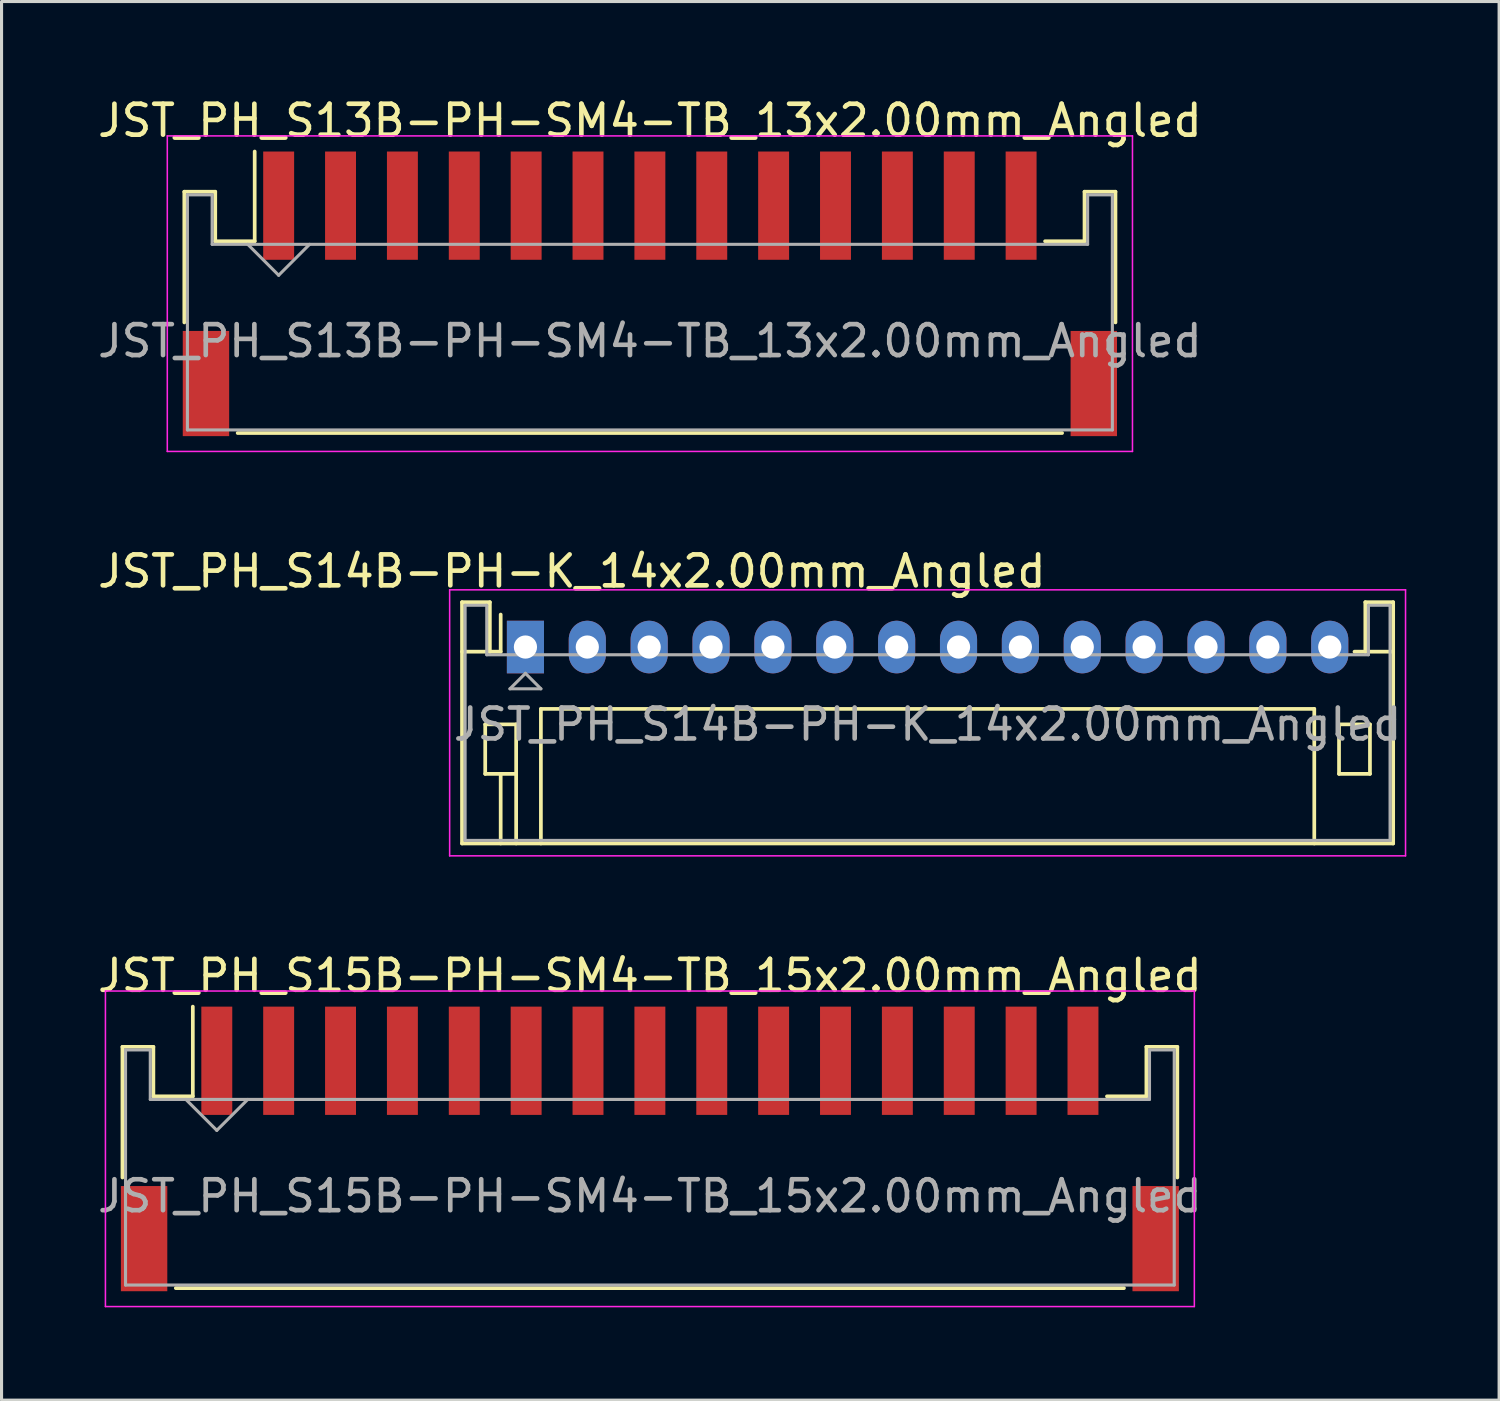
<source format=kicad_pcb>
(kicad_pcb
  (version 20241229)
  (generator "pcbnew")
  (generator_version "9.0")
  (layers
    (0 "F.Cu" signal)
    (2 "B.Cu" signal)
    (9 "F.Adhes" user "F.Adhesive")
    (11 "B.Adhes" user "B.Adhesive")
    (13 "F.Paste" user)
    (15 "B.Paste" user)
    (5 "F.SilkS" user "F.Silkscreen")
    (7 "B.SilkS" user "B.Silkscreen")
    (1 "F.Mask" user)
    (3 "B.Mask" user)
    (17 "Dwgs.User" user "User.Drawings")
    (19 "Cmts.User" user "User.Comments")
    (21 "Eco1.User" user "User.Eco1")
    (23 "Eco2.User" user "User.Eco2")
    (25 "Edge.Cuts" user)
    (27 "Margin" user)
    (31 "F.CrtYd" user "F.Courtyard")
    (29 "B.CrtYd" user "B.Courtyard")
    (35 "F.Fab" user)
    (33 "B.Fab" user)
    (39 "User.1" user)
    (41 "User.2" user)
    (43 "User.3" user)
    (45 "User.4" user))
  (footprint "JST_PH_S13B-PH-SM4-TB_13x2.00mm_Angled"
    (layer "F.Cu")
    (at 17.958 6.473)
    (property "Reference" "JST_PH_S13B-PH-SM4-TB_13x2.00mm_Angled" (at 0 -5.625 0) (layer "F.SilkS") (effects (font (size 1 1) (thickness 0.15))))
    (attr smd)
    (fp_line (start -15.05 -3.325) (end -15.05 0.9) (stroke (width 0.12) (type solid)) (layer "F.SilkS"))
    (fp_line (start -14.05 -3.325) (end -15.05 -3.325) (stroke (width 0.12) (type solid)) (layer "F.SilkS"))
    (fp_line (start -14.05 -1.725) (end -14.05 -3.325) (stroke (width 0.12) (type solid)) (layer "F.SilkS"))
    (fp_line (start -13.325 4.475) (end 13.325 4.475) (stroke (width 0.12) (type solid)) (layer "F.SilkS"))
    (fp_line (start -12.775 -1.725) (end -14.05 -1.725) (stroke (width 0.12) (type solid)) (layer "F.SilkS"))
    (fp_line (start -12.775 -1.725) (end -12.775 -4.625) (stroke (width 0.12) (type solid)) (layer "F.SilkS"))
    (fp_line (start 14.05 -3.325) (end 14.05 -1.725) (stroke (width 0.12) (type solid)) (layer "F.SilkS"))
    (fp_line (start 14.05 -1.725) (end 12.775 -1.725) (stroke (width 0.12) (type solid)) (layer "F.SilkS"))
    (fp_line (start 15.05 -3.325) (end 14.05 -3.325) (stroke (width 0.12) (type solid)) (layer "F.SilkS"))
    (fp_line (start 15.05 0.9) (end 15.05 -3.325) (stroke (width 0.12) (type solid)) (layer "F.SilkS"))
    (fp_line (start -15.6 -5.13) (end -15.6 5.07) (stroke (width 0.05) (type solid)) (layer "F.CrtYd"))
    (fp_line (start -15.6 5.07) (end 15.6 5.07) (stroke (width 0.05) (type solid)) (layer "F.CrtYd"))
    (fp_line (start 15.6 -5.13) (end -15.6 -5.13) (stroke (width 0.05) (type solid)) (layer "F.CrtYd"))
    (fp_line (start 15.6 5.07) (end 15.6 -5.13) (stroke (width 0.05) (type solid)) (layer "F.CrtYd"))
    (fp_line (start -14.95 -3.225) (end -14.95 4.375) (stroke (width 0.1) (type solid)) (layer "F.Fab"))
    (fp_line (start -14.95 4.375) (end 14.95 4.375) (stroke (width 0.1) (type solid)) (layer "F.Fab"))
    (fp_line (start -14.15 -3.225) (end -14.95 -3.225) (stroke (width 0.1) (type solid)) (layer "F.Fab"))
    (fp_line (start -14.15 -1.625) (end -14.15 -3.225) (stroke (width 0.1) (type solid)) (layer "F.Fab"))
    (fp_line (start -13 -1.625) (end -12 -0.625) (stroke (width 0.1) (type solid)) (layer "F.Fab"))
    (fp_line (start -12 -0.625) (end -11 -1.625) (stroke (width 0.1) (type solid)) (layer "F.Fab"))
    (fp_line (start 14.15 -3.225) (end 14.15 -1.625) (stroke (width 0.1) (type solid)) (layer "F.Fab"))
    (fp_line (start 14.15 -1.625) (end -14.15 -1.625) (stroke (width 0.1) (type solid)) (layer "F.Fab"))
    (fp_line (start 14.95 -3.225) (end 14.15 -3.225) (stroke (width 0.1) (type solid)) (layer "F.Fab"))
    (fp_line (start 14.95 4.375) (end 14.95 -3.225) (stroke (width 0.1) (type solid)) (layer "F.Fab"))
    (fp_text user "${REFERENCE}" (at 0 1.5 0) (layer "F.Fab") (effects (font (size 1 1) (thickness 0.15))))
    (pad "" smd rect (at -14.35 2.875) (size 1.5 3.4) (layers "F.Cu" "F.Mask" "F.Paste"))
    (pad "" smd rect (at 14.35 2.875) (size 1.5 3.4) (layers "F.Cu" "F.Mask" "F.Paste"))
    (pad "1" smd rect (at -12 -2.875) (size 1 3.5) (layers "F.Cu" "F.Mask" "F.Paste"))
    (pad "2" smd rect (at -10 -2.875) (size 1 3.5) (layers "F.Cu" "F.Mask" "F.Paste"))
    (pad "3" smd rect (at -8 -2.875) (size 1 3.5) (layers "F.Cu" "F.Mask" "F.Paste"))
    (pad "4" smd rect (at -6 -2.875) (size 1 3.5) (layers "F.Cu" "F.Mask" "F.Paste"))
    (pad "5" smd rect (at -4 -2.875) (size 1 3.5) (layers "F.Cu" "F.Mask" "F.Paste"))
    (pad "6" smd rect (at -2 -2.875) (size 1 3.5) (layers "F.Cu" "F.Mask" "F.Paste"))
    (pad "7" smd rect (at 0 -2.875) (size 1 3.5) (layers "F.Cu" "F.Mask" "F.Paste"))
    (pad "8" smd rect (at 2 -2.875) (size 1 3.5) (layers "F.Cu" "F.Mask" "F.Paste"))
    (pad "9" smd rect (at 4 -2.875) (size 1 3.5) (layers "F.Cu" "F.Mask" "F.Paste"))
    (pad "10" smd rect (at 6 -2.875) (size 1 3.5) (layers "F.Cu" "F.Mask" "F.Paste"))
    (pad "11" smd rect (at 8 -2.875) (size 1 3.5) (layers "F.Cu" "F.Mask" "F.Paste"))
    (pad "12" smd rect (at 10 -2.875) (size 1 3.5) (layers "F.Cu" "F.Mask" "F.Paste"))
    (pad "13" smd rect (at 12 -2.875) (size 1 3.5) (layers "F.Cu" "F.Mask" "F.Paste")))
  (footprint "JST_PH_S14B-PH-K_14x2.00mm_Angled"
    (layer "F.Cu")
    (at 13.935 17.866)
    (property "Reference" "JST_PH_S14B-PH-K_14x2.00mm_Angled" (at 1.5 -2.45 0) (layer "F.SilkS") (effects (font (size 1 1) (thickness 0.15))))
    (attr through_hole)
    (fp_line (start -2.05 -1.45) (end -2.05 6.35) (stroke (width 0.12) (type solid)) (layer "F.SilkS"))
    (fp_line (start -2.05 0.15) (end -1.15 0.15) (stroke (width 0.12) (type solid)) (layer "F.SilkS"))
    (fp_line (start -2.05 6.35) (end 28.05 6.35) (stroke (width 0.12) (type solid)) (layer "F.SilkS"))
    (fp_line (start -1.3 2.5) (end -1.3 4.1) (stroke (width 0.12) (type solid)) (layer "F.SilkS"))
    (fp_line (start -1.3 4.1) (end -0.3 4.1) (stroke (width 0.12) (type solid)) (layer "F.SilkS"))
    (fp_line (start -1.15 -1.45) (end -2.05 -1.45) (stroke (width 0.12) (type solid)) (layer "F.SilkS"))
    (fp_line (start -1.15 0.15) (end -1.15 -1.45) (stroke (width 0.12) (type solid)) (layer "F.SilkS"))
    (fp_line (start -0.8 0.15) (end -1.15 0.15) (stroke (width 0.12) (type solid)) (layer "F.SilkS"))
    (fp_line (start -0.8 0.15) (end -0.8 -1.05) (stroke (width 0.12) (type solid)) (layer "F.SilkS"))
    (fp_line (start -0.8 4.1) (end -0.8 6.35) (stroke (width 0.12) (type solid)) (layer "F.SilkS"))
    (fp_line (start -0.3 2.5) (end -1.3 2.5) (stroke (width 0.12) (type solid)) (layer "F.SilkS"))
    (fp_line (start -0.3 4.1) (end -0.3 2.5) (stroke (width 0.12) (type solid)) (layer "F.SilkS"))
    (fp_line (start -0.3 4.1) (end -0.3 6.35) (stroke (width 0.12) (type solid)) (layer "F.SilkS"))
    (fp_line (start 0.5 2) (end 25.5 2) (stroke (width 0.12) (type solid)) (layer "F.SilkS"))
    (fp_line (start 0.5 6.35) (end 0.5 2) (stroke (width 0.12) (type solid)) (layer "F.SilkS"))
    (fp_line (start 25.5 2) (end 25.5 6.35) (stroke (width 0.12) (type solid)) (layer "F.SilkS"))
    (fp_line (start 26.3 2.5) (end 27.3 2.5) (stroke (width 0.12) (type solid)) (layer "F.SilkS"))
    (fp_line (start 26.3 4.1) (end 26.3 2.5) (stroke (width 0.12) (type solid)) (layer "F.SilkS"))
    (fp_line (start 27.15 -1.45) (end 27.15 0.15) (stroke (width 0.12) (type solid)) (layer "F.SilkS"))
    (fp_line (start 27.15 0.15) (end 26.8 0.15) (stroke (width 0.12) (type solid)) (layer "F.SilkS"))
    (fp_line (start 27.3 2.5) (end 27.3 4.1) (stroke (width 0.12) (type solid)) (layer "F.SilkS"))
    (fp_line (start 27.3 4.1) (end 26.3 4.1) (stroke (width 0.12) (type solid)) (layer "F.SilkS"))
    (fp_line (start 28.05 -1.45) (end 27.15 -1.45) (stroke (width 0.12) (type solid)) (layer "F.SilkS"))
    (fp_line (start 28.05 0.15) (end 27.15 0.15) (stroke (width 0.12) (type solid)) (layer "F.SilkS"))
    (fp_line (start 28.05 6.35) (end 28.05 -1.45) (stroke (width 0.12) (type solid)) (layer "F.SilkS"))
    (fp_line (start -2.45 -1.85) (end -2.45 6.75) (stroke (width 0.05) (type solid)) (layer "F.CrtYd"))
    (fp_line (start -2.45 6.75) (end 28.45 6.75) (stroke (width 0.05) (type solid)) (layer "F.CrtYd"))
    (fp_line (start 28.45 -1.85) (end -2.45 -1.85) (stroke (width 0.05) (type solid)) (layer "F.CrtYd"))
    (fp_line (start 28.45 6.75) (end 28.45 -1.85) (stroke (width 0.05) (type solid)) (layer "F.CrtYd"))
    (fp_line (start -1.95 -1.35) (end -1.95 6.25) (stroke (width 0.1) (type solid)) (layer "F.Fab"))
    (fp_line (start -1.95 6.25) (end 27.95 6.25) (stroke (width 0.1) (type solid)) (layer "F.Fab"))
    (fp_line (start -1.25 -1.35) (end -1.95 -1.35) (stroke (width 0.1) (type solid)) (layer "F.Fab"))
    (fp_line (start -1.25 0.25) (end -1.25 -1.35) (stroke (width 0.1) (type solid)) (layer "F.Fab"))
    (fp_line (start -0.5 1.35) (end 0.5 1.35) (stroke (width 0.1) (type solid)) (layer "F.Fab"))
    (fp_line (start 0 0.85) (end -0.5 1.35) (stroke (width 0.1) (type solid)) (layer "F.Fab"))
    (fp_line (start 0.5 1.35) (end 0 0.85) (stroke (width 0.1) (type solid)) (layer "F.Fab"))
    (fp_line (start 27.25 -1.35) (end 27.25 0.25) (stroke (width 0.1) (type solid)) (layer "F.Fab"))
    (fp_line (start 27.25 0.25) (end -1.25 0.25) (stroke (width 0.1) (type solid)) (layer "F.Fab"))
    (fp_line (start 27.95 -1.35) (end 27.25 -1.35) (stroke (width 0.1) (type solid)) (layer "F.Fab"))
    (fp_line (start 27.95 6.25) (end 27.95 -1.35) (stroke (width 0.1) (type solid)) (layer "F.Fab"))
    (fp_text user "${REFERENCE}" (at 13 2.5 0) (layer "F.Fab") (effects (font (size 1 1) (thickness 0.15))))
    (pad "1" thru_hole rect (at 0 0) (size 1.2 1.7) (drill 0.75) (layers "*.Cu" "*.Mask"))
    (pad "2" thru_hole oval (at 2 0) (size 1.2 1.7) (drill 0.75) (layers "*.Cu" "*.Mask"))
    (pad "3" thru_hole oval (at 4 0) (size 1.2 1.7) (drill 0.75) (layers "*.Cu" "*.Mask"))
    (pad "4" thru_hole oval (at 6 0) (size 1.2 1.7) (drill 0.75) (layers "*.Cu" "*.Mask"))
    (pad "5" thru_hole oval (at 8 0) (size 1.2 1.7) (drill 0.75) (layers "*.Cu" "*.Mask"))
    (pad "6" thru_hole oval (at 10 0) (size 1.2 1.7) (drill 0.75) (layers "*.Cu" "*.Mask"))
    (pad "7" thru_hole oval (at 12 0) (size 1.2 1.7) (drill 0.75) (layers "*.Cu" "*.Mask"))
    (pad "8" thru_hole oval (at 14 0) (size 1.2 1.7) (drill 0.75) (layers "*.Cu" "*.Mask"))
    (pad "9" thru_hole oval (at 16 0) (size 1.2 1.7) (drill 0.75) (layers "*.Cu" "*.Mask"))
    (pad "10" thru_hole oval (at 18 0) (size 1.2 1.7) (drill 0.75) (layers "*.Cu" "*.Mask"))
    (pad "11" thru_hole oval (at 20 0) (size 1.2 1.7) (drill 0.75) (layers "*.Cu" "*.Mask"))
    (pad "12" thru_hole oval (at 22 0) (size 1.2 1.7) (drill 0.75) (layers "*.Cu" "*.Mask"))
    (pad "13" thru_hole oval (at 24 0) (size 1.2 1.7) (drill 0.75) (layers "*.Cu" "*.Mask"))
    (pad "14" thru_hole oval (at 26 0) (size 1.2 1.7) (drill 0.75) (layers "*.Cu" "*.Mask")))
  (footprint "JST_PH_S15B-PH-SM4-TB_15x2.00mm_Angled"
    (layer "F.Cu")
    (at 17.958 34.115)
    (property "Reference" "JST_PH_S15B-PH-SM4-TB_15x2.00mm_Angled" (at 0 -5.625 0) (layer "F.SilkS") (effects (font (size 1 1) (thickness 0.15))))
    (attr smd)
    (fp_line (start -17.05 -3.325) (end -17.05 0.9) (stroke (width 0.12) (type solid)) (layer "F.SilkS"))
    (fp_line (start -16.05 -3.325) (end -17.05 -3.325) (stroke (width 0.12) (type solid)) (layer "F.SilkS"))
    (fp_line (start -16.05 -1.725) (end -16.05 -3.325) (stroke (width 0.12) (type solid)) (layer "F.SilkS"))
    (fp_line (start -15.325 4.475) (end 15.325 4.475) (stroke (width 0.12) (type solid)) (layer "F.SilkS"))
    (fp_line (start -14.775 -1.725) (end -16.05 -1.725) (stroke (width 0.12) (type solid)) (layer "F.SilkS"))
    (fp_line (start -14.775 -1.725) (end -14.775 -4.625) (stroke (width 0.12) (type solid)) (layer "F.SilkS"))
    (fp_line (start 16.05 -3.325) (end 16.05 -1.725) (stroke (width 0.12) (type solid)) (layer "F.SilkS"))
    (fp_line (start 16.05 -1.725) (end 14.775 -1.725) (stroke (width 0.12) (type solid)) (layer "F.SilkS"))
    (fp_line (start 17.05 -3.325) (end 16.05 -3.325) (stroke (width 0.12) (type solid)) (layer "F.SilkS"))
    (fp_line (start 17.05 0.9) (end 17.05 -3.325) (stroke (width 0.12) (type solid)) (layer "F.SilkS"))
    (fp_line (start -17.6 -5.13) (end -17.6 5.07) (stroke (width 0.05) (type solid)) (layer "F.CrtYd"))
    (fp_line (start -17.6 5.07) (end 17.6 5.07) (stroke (width 0.05) (type solid)) (layer "F.CrtYd"))
    (fp_line (start 17.6 -5.13) (end -17.6 -5.13) (stroke (width 0.05) (type solid)) (layer "F.CrtYd"))
    (fp_line (start 17.6 5.07) (end 17.6 -5.13) (stroke (width 0.05) (type solid)) (layer "F.CrtYd"))
    (fp_line (start -16.95 -3.225) (end -16.95 4.375) (stroke (width 0.1) (type solid)) (layer "F.Fab"))
    (fp_line (start -16.95 4.375) (end 16.95 4.375) (stroke (width 0.1) (type solid)) (layer "F.Fab"))
    (fp_line (start -16.15 -3.225) (end -16.95 -3.225) (stroke (width 0.1) (type solid)) (layer "F.Fab"))
    (fp_line (start -16.15 -1.625) (end -16.15 -3.225) (stroke (width 0.1) (type solid)) (layer "F.Fab"))
    (fp_line (start -15 -1.625) (end -14 -0.625) (stroke (width 0.1) (type solid)) (layer "F.Fab"))
    (fp_line (start -14 -0.625) (end -13 -1.625) (stroke (width 0.1) (type solid)) (layer "F.Fab"))
    (fp_line (start 16.15 -3.225) (end 16.15 -1.625) (stroke (width 0.1) (type solid)) (layer "F.Fab"))
    (fp_line (start 16.15 -1.625) (end -16.15 -1.625) (stroke (width 0.1) (type solid)) (layer "F.Fab"))
    (fp_line (start 16.95 -3.225) (end 16.15 -3.225) (stroke (width 0.1) (type solid)) (layer "F.Fab"))
    (fp_line (start 16.95 4.375) (end 16.95 -3.225) (stroke (width 0.1) (type solid)) (layer "F.Fab"))
    (fp_text user "${REFERENCE}" (at 0 1.5 0) (layer "F.Fab") (effects (font (size 1 1) (thickness 0.15))))
    (pad "" smd rect (at -16.35 2.875) (size 1.5 3.4) (layers "F.Cu" "F.Mask" "F.Paste"))
    (pad "" smd rect (at 16.35 2.875) (size 1.5 3.4) (layers "F.Cu" "F.Mask" "F.Paste"))
    (pad "1" smd rect (at -14 -2.875) (size 1 3.5) (layers "F.Cu" "F.Mask" "F.Paste"))
    (pad "2" smd rect (at -12 -2.875) (size 1 3.5) (layers "F.Cu" "F.Mask" "F.Paste"))
    (pad "3" smd rect (at -10 -2.875) (size 1 3.5) (layers "F.Cu" "F.Mask" "F.Paste"))
    (pad "4" smd rect (at -8 -2.875) (size 1 3.5) (layers "F.Cu" "F.Mask" "F.Paste"))
    (pad "5" smd rect (at -6 -2.875) (size 1 3.5) (layers "F.Cu" "F.Mask" "F.Paste"))
    (pad "6" smd rect (at -4 -2.875) (size 1 3.5) (layers "F.Cu" "F.Mask" "F.Paste"))
    (pad "7" smd rect (at -2 -2.875) (size 1 3.5) (layers "F.Cu" "F.Mask" "F.Paste"))
    (pad "8" smd rect (at 0 -2.875) (size 1 3.5) (layers "F.Cu" "F.Mask" "F.Paste"))
    (pad "9" smd rect (at 2 -2.875) (size 1 3.5) (layers "F.Cu" "F.Mask" "F.Paste"))
    (pad "10" smd rect (at 4 -2.875) (size 1 3.5) (layers "F.Cu" "F.Mask" "F.Paste"))
    (pad "11" smd rect (at 6 -2.875) (size 1 3.5) (layers "F.Cu" "F.Mask" "F.Paste"))
    (pad "12" smd rect (at 8 -2.875) (size 1 3.5) (layers "F.Cu" "F.Mask" "F.Paste"))
    (pad "13" smd rect (at 10 -2.875) (size 1 3.5) (layers "F.Cu" "F.Mask" "F.Paste"))
    (pad "14" smd rect (at 12 -2.875) (size 1 3.5) (layers "F.Cu" "F.Mask" "F.Paste"))
    (pad "15" smd rect (at 14 -2.875) (size 1 3.5) (layers "F.Cu" "F.Mask" "F.Paste")))
  (gr_rect
    (start -3 -3)
    (end 45.41 42.21)
    (stroke (width 0.1) (type default))
    (fill no)
    (layer "Edge.Cuts")))
</source>
